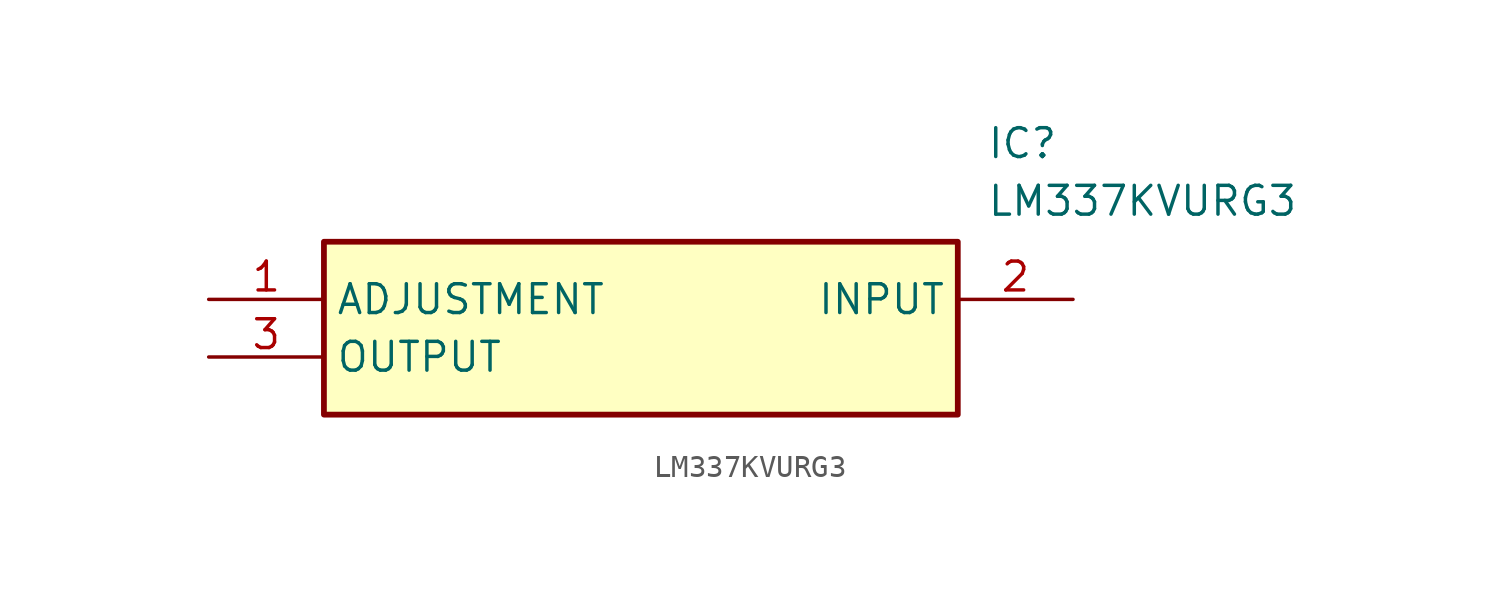
<source format=kicad_sym>
(kicad_symbol_lib
  (version 20211014)
  (generator SamacSys_ECAD_Model)
  (symbol "LM337KVURG3"
    (property "Reference" "IC"
      (at 34.29 7.62 0)
      (effects (font (size 1.27 1.27)) (justify left top)))
    (property "Value" "LM337KVURG3"
      (at 34.29 5.08 0)
      (effects (font (size 1.27 1.27)) (justify left top)))
    (rectangle
      (start 5.08 2.54)
      (end 33.02 -5.08)
      (stroke (width 0.254) (type default))
      (fill (type background)))
    (pin passive line
      (at 0 0 0)
      (length 5.08)
      (name "ADJUSTMENT" (effects (font (size 1.27 1.27))))
      (number "1" (effects (font (size 1.27 1.27)))))
    (pin passive line
      (at 38.1 0 180)
      (length 5.08)
      (name "INPUT" (effects (font (size 1.27 1.27))))
      (number "2" (effects (font (size 1.27 1.27)))))
    (pin passive line
      (at 0 -2.54 0)
      (length 5.08)
      (name "OUTPUT" (effects (font (size 1.27 1.27))))
      (number "3" (effects (font (size 1.27 1.27)))))))
</source>
